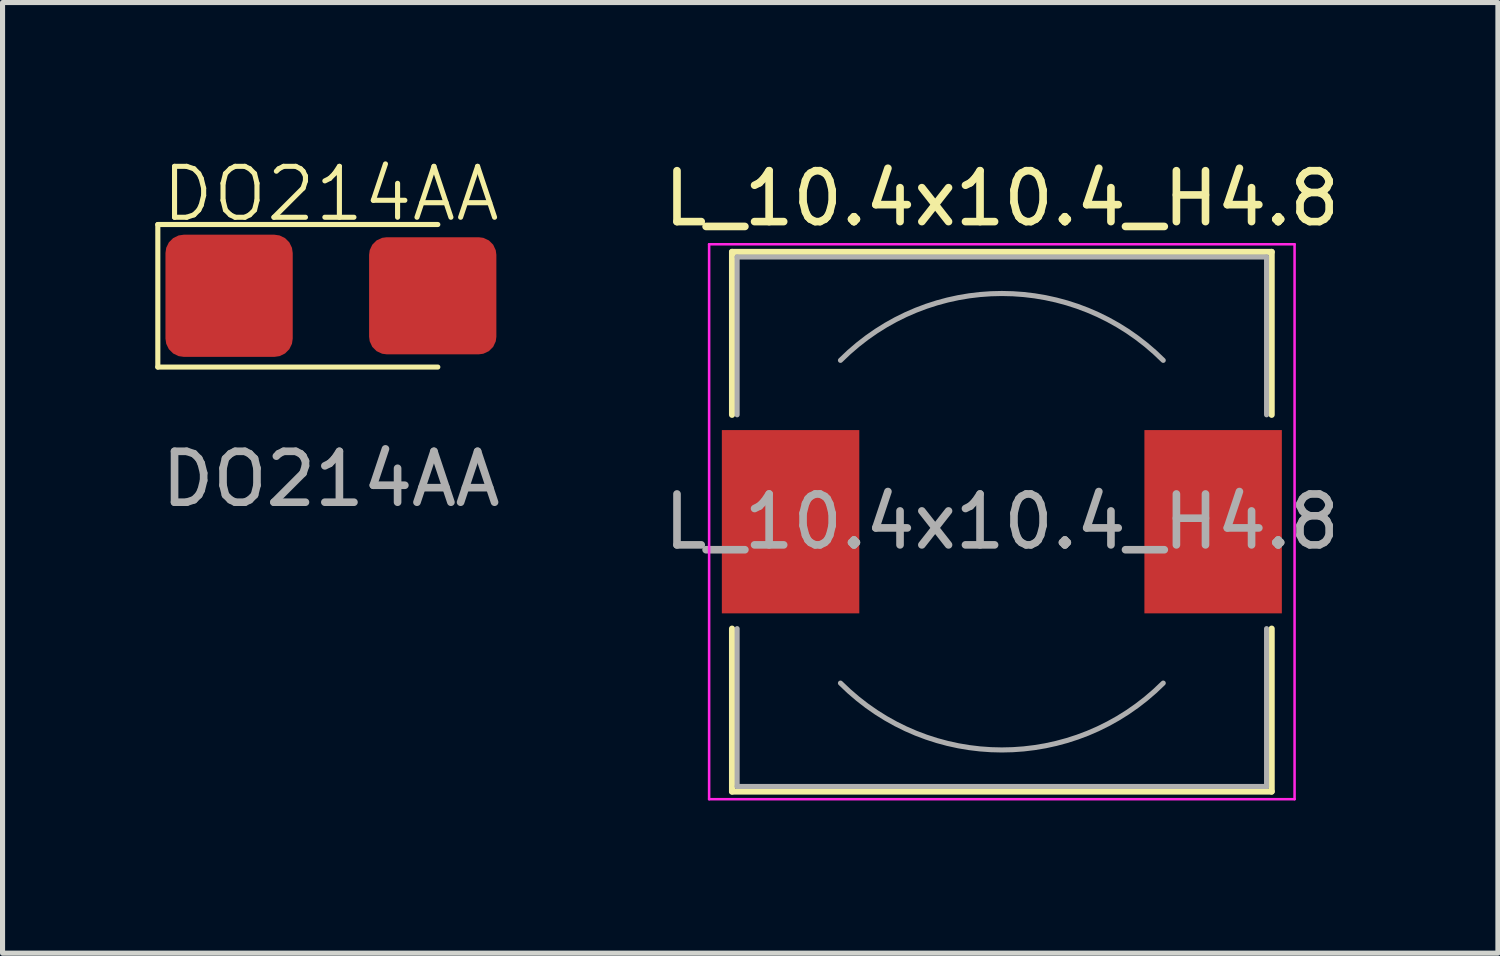
<source format=kicad_pcb>
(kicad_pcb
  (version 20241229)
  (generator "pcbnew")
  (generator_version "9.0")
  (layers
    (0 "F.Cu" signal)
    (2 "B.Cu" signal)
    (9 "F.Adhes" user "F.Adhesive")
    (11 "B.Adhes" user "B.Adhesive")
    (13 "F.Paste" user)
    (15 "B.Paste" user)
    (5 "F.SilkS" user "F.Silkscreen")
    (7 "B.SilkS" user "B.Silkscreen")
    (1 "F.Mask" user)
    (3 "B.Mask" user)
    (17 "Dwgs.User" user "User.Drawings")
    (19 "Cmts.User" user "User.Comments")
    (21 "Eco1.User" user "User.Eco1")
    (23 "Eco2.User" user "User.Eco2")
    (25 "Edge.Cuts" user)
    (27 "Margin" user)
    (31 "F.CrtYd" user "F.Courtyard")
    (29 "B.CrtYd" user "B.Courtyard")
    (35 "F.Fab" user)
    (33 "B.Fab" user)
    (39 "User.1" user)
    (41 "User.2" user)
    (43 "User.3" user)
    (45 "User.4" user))
  (footprint "DO214AA"
    (layer "F.Cu")
    (at 3.45 2.76)
    (property "Reference" "DO214AA" (at 0 -2 0) (unlocked yes) (layer "F.SilkS") (effects (font (size 1 1) (thickness 0.1))))
    (attr through_hole)
    (fp_line (start -3.4 -1.4) (end -3.4 1.4) (stroke (width 0.1) (type default)) (layer "F.SilkS"))
    (fp_line (start -3.4 1.4) (end 2.1 1.4) (stroke (width 0.1) (type default)) (layer "F.SilkS"))
    (fp_line (start 2.1 -1.4) (end -3.4 -1.4) (stroke (width 0.1) (type default)) (layer "F.SilkS"))
    (fp_text user "${REFERENCE}" (at 0 3.6 0) (unlocked yes) (layer "F.Fab") (effects (font (size 1 1) (thickness 0.15))))
    (pad "1" smd roundrect (at -2 0) (size 2.5 2.4) (layers "F.Cu" "F.Mask" "F.Paste") (roundrect_rratio 0.15) (padstack (mode front_inner_back) (layer "Inner" (shape roundrect) (size 2.2 2.3) (roundrect_rratio 0.15)) (layer "B.Cu" (shape roundrect) (size 2.2 2.3) (roundrect_rratio 0.15))))
    (pad "2" smd roundrect (at 2 0) (size 2.5 2.3) (layers "F.Cu" "F.Mask" "F.Paste") (roundrect_rratio 0.15) (padstack (mode front_inner_back) (layer "Inner" (shape roundrect) (size 2.2 2.3) (roundrect_rratio 0.15)) (layer "B.Cu" (shape roundrect) (size 2.2 2.3) (roundrect_rratio 0.15)))))
  (footprint "L_10.4x10.4_H4.8"
    (layer "F.Cu")
    (at 16.629 7.198)
    (property "Reference" "L_10.4x10.4_H4.8" (at 0 -6.35 0) (layer "F.SilkS") (effects (font (size 1 1) (thickness 0.15))))
    (attr smd)
    (fp_line (start -5.3 -5.3) (end 5.3 -5.3) (stroke (width 0.12) (type solid)) (layer "F.SilkS"))
    (fp_line (start -5.3 -2.1) (end -5.3 -5.3) (stroke (width 0.12) (type solid)) (layer "F.SilkS"))
    (fp_line (start -5.3 5.3) (end -5.3 2.1) (stroke (width 0.12) (type solid)) (layer "F.SilkS"))
    (fp_line (start 5.3 -5.3) (end 5.3 -2.1) (stroke (width 0.12) (type solid)) (layer "F.SilkS"))
    (fp_line (start 5.3 2.1) (end 5.3 5.3) (stroke (width 0.12) (type solid)) (layer "F.SilkS"))
    (fp_line (start 5.3 5.3) (end -5.3 5.3) (stroke (width 0.12) (type solid)) (layer "F.SilkS"))
    (fp_line (start -5.75 -5.45) (end -5.75 5.45) (stroke (width 0.05) (type solid)) (layer "F.CrtYd"))
    (fp_line (start -5.75 5.45) (end 5.75 5.45) (stroke (width 0.05) (type solid)) (layer "F.CrtYd"))
    (fp_line (start 5.75 -5.45) (end -5.75 -5.45) (stroke (width 0.05) (type solid)) (layer "F.CrtYd"))
    (fp_line (start 5.75 5.45) (end 5.75 -5.45) (stroke (width 0.05) (type solid)) (layer "F.CrtYd"))
    (fp_line (start -5.2 -5.2) (end -5.2 -2.1) (stroke (width 0.1) (type solid)) (layer "F.Fab"))
    (fp_line (start -5.2 -5.2) (end 5.2 -5.2) (stroke (width 0.1) (type solid)) (layer "F.Fab"))
    (fp_line (start -5.2 5.2) (end -5.2 2.1) (stroke (width 0.1) (type solid)) (layer "F.Fab"))
    (fp_line (start -5.2 5.2) (end 5.2 5.2) (stroke (width 0.1) (type solid)) (layer "F.Fab"))
    (fp_line (start 5.2 -5.2) (end 5.2 -2.1) (stroke (width 0.1) (type solid)) (layer "F.Fab"))
    (fp_line (start 5.2 5.2) (end 5.2 2.1) (stroke (width 0.1) (type solid)) (layer "F.Fab"))
    (fp_arc (start -3.17 -3.17) (mid 0 -4.483057) (end 3.17 -3.17) (stroke (width 0.1) (type solid)) (layer "F.Fab"))
    (fp_arc (start 3.17 3.17) (mid 0 4.483057) (end -3.17 3.17) (stroke (width 0.1) (type solid)) (layer "F.Fab"))
    (fp_text user "${REFERENCE}" (at 0 0 0) (layer "F.Fab") (effects (font (size 1 1) (thickness 0.15))))
    (pad "1" smd rect (at -4.15 0) (size 2.7 3.6) (layers "F.Cu" "F.Mask" "F.Paste"))
    (pad "2" smd rect (at 4.15 0) (size 2.7 3.6) (layers "F.Cu" "F.Mask" "F.Paste")))
  (gr_rect
    (start -3 -3)
    (end 26.373 15.673)
    (stroke (width 0.1) (type default))
    (fill no)
    (layer "Edge.Cuts")))
</source>
